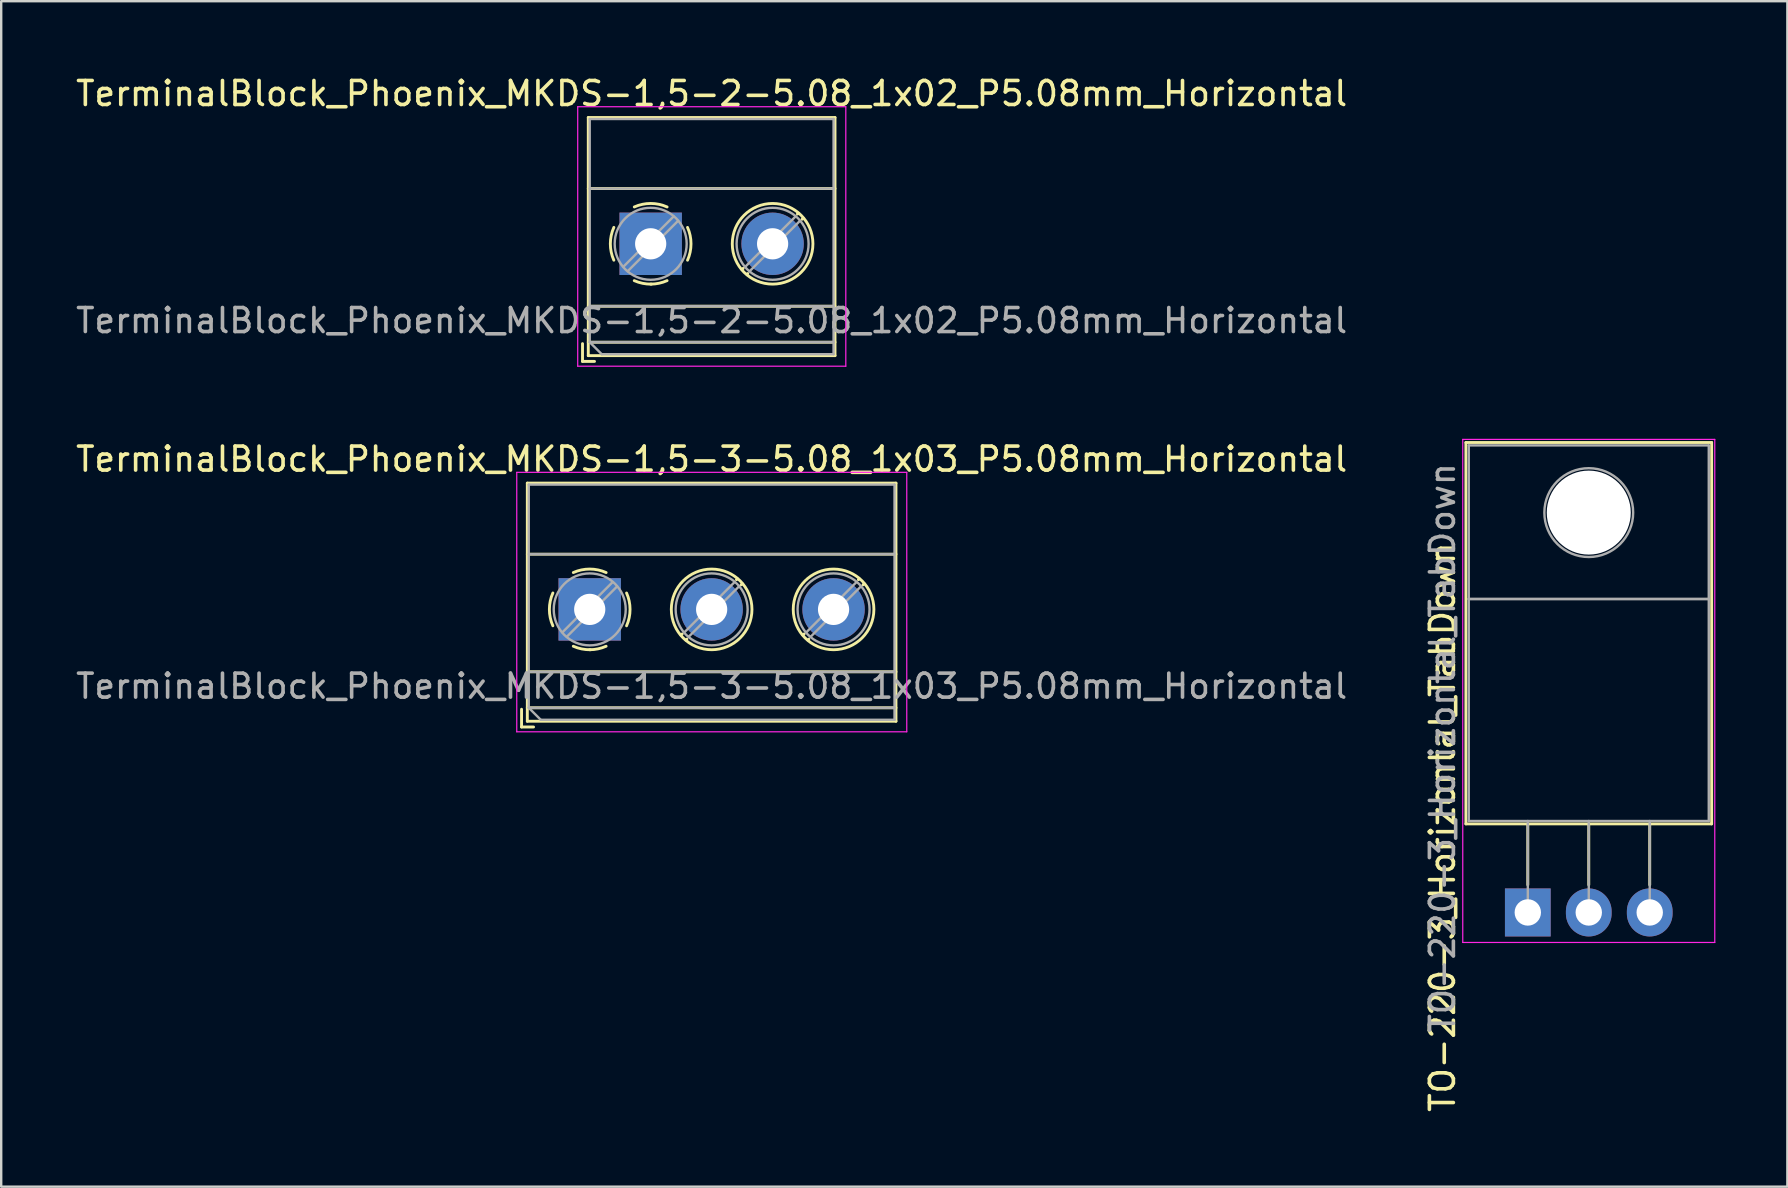
<source format=kicad_pcb>
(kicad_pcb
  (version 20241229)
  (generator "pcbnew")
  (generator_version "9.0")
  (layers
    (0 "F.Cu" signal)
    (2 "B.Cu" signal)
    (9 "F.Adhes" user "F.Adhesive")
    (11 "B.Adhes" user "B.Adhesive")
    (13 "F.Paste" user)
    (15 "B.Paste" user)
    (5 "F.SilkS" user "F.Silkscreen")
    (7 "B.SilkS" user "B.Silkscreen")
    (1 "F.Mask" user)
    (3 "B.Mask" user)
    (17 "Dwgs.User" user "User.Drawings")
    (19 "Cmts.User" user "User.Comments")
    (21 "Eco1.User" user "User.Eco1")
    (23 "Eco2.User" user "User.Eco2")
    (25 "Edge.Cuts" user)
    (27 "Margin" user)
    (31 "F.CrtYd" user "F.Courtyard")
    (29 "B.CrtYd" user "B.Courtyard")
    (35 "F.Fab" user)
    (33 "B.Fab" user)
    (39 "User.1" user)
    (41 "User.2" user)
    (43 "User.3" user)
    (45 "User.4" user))
  (footprint "TerminalBlock_Phoenix_MKDS-1,5-2-5.08_1x02_P5.08mm_Horizontal"
    (layer "F.Cu")
    (at 24.061 7.108)
    (property "Reference" "TerminalBlock_Phoenix_MKDS-1,5-2-5.08_1x02_P5.08mm_Horizontal" (at 2.54 -6.26 0) (layer "F.SilkS") (effects (font (size 1 1) (thickness 0.15))))
    (attr through_hole)
    (fp_line (start -2.84 4.16) (end -2.84 4.9) (stroke (width 0.12) (type solid)) (layer "F.SilkS"))
    (fp_line (start -2.84 4.9) (end -2.34 4.9) (stroke (width 0.12) (type solid)) (layer "F.SilkS"))
    (fp_line (start -2.6 -5.261) (end -2.6 4.66) (stroke (width 0.12) (type solid)) (layer "F.SilkS"))
    (fp_line (start -2.6 -5.261) (end 7.68 -5.261) (stroke (width 0.12) (type solid)) (layer "F.SilkS"))
    (fp_line (start -2.6 -2.301) (end 7.68 -2.301) (stroke (width 0.12) (type solid)) (layer "F.SilkS"))
    (fp_line (start -2.6 2.6) (end 7.68 2.6) (stroke (width 0.12) (type solid)) (layer "F.SilkS"))
    (fp_line (start -2.6 4.1) (end 7.68 4.1) (stroke (width 0.12) (type solid)) (layer "F.SilkS"))
    (fp_line (start -2.6 4.66) (end 7.68 4.66) (stroke (width 0.12) (type solid)) (layer "F.SilkS"))
    (fp_line (start 3.853 1.023) (end 3.806 1.069) (stroke (width 0.12) (type solid)) (layer "F.SilkS"))
    (fp_line (start 4.046 1.239) (end 4.011 1.274) (stroke (width 0.12) (type solid)) (layer "F.SilkS"))
    (fp_line (start 6.15 -1.275) (end 6.115 -1.239) (stroke (width 0.12) (type solid)) (layer "F.SilkS"))
    (fp_line (start 6.355 -1.069) (end 6.308 -1.023) (stroke (width 0.12) (type solid)) (layer "F.SilkS"))
    (fp_line (start 7.68 -5.261) (end 7.68 4.66) (stroke (width 0.12) (type solid)) (layer "F.SilkS"))
    (fp_arc (start -1.535427 0.683042) (mid -1.680501 -0.000524) (end -1.535 -0.684) (stroke (width 0.12) (type solid)) (layer "F.SilkS"))
    (fp_arc (start -0.683042 -1.535427) (mid 0.000524 -1.680501) (end 0.684 -1.535) (stroke (width 0.12) (type solid)) (layer "F.SilkS"))
    (fp_arc (start 0.028805 1.680253) (mid -0.335551 1.646659) (end -0.684 1.535) (stroke (width 0.12) (type solid)) (layer "F.SilkS"))
    (fp_arc (start 0.683318 1.534756) (mid 0.349292 1.643288) (end 0 1.68) (stroke (width 0.12) (type solid)) (layer "F.SilkS"))
    (fp_arc (start 1.535427 -0.683042) (mid 1.680501 0.000524) (end 1.535 0.684) (stroke (width 0.12) (type solid)) (layer "F.SilkS"))
    (fp_circle (center 5.08 0) (end 6.76 0) (stroke (width 0.12) (type solid)) (fill no) (layer "F.SilkS"))
    (fp_line (start -3.04 -5.71) (end -3.04 5.1) (stroke (width 0.05) (type solid)) (layer "F.CrtYd"))
    (fp_line (start -3.04 5.1) (end 8.13 5.1) (stroke (width 0.05) (type solid)) (layer "F.CrtYd"))
    (fp_line (start 8.13 -5.71) (end -3.04 -5.71) (stroke (width 0.05) (type solid)) (layer "F.CrtYd"))
    (fp_line (start 8.13 5.1) (end 8.13 -5.71) (stroke (width 0.05) (type solid)) (layer "F.CrtYd"))
    (fp_line (start -2.54 -5.2) (end 7.62 -5.2) (stroke (width 0.1) (type solid)) (layer "F.Fab"))
    (fp_line (start -2.54 -2.3) (end 7.62 -2.3) (stroke (width 0.1) (type solid)) (layer "F.Fab"))
    (fp_line (start -2.54 2.6) (end 7.62 2.6) (stroke (width 0.1) (type solid)) (layer "F.Fab"))
    (fp_line (start -2.54 4.1) (end -2.54 -5.2) (stroke (width 0.1) (type solid)) (layer "F.Fab"))
    (fp_line (start -2.54 4.1) (end 7.62 4.1) (stroke (width 0.1) (type solid)) (layer "F.Fab"))
    (fp_line (start -2.04 4.6) (end -2.54 4.1) (stroke (width 0.1) (type solid)) (layer "F.Fab"))
    (fp_line (start 0.955 -1.138) (end -1.138 0.955) (stroke (width 0.1) (type solid)) (layer "F.Fab"))
    (fp_line (start 1.138 -0.955) (end -0.955 1.138) (stroke (width 0.1) (type solid)) (layer "F.Fab"))
    (fp_line (start 6.035 -1.138) (end 3.943 0.955) (stroke (width 0.1) (type solid)) (layer "F.Fab"))
    (fp_line (start 6.218 -0.955) (end 4.126 1.138) (stroke (width 0.1) (type solid)) (layer "F.Fab"))
    (fp_line (start 7.62 -5.2) (end 7.62 4.6) (stroke (width 0.1) (type solid)) (layer "F.Fab"))
    (fp_line (start 7.62 4.6) (end -2.04 4.6) (stroke (width 0.1) (type solid)) (layer "F.Fab"))
    (fp_circle (center 0 0) (end 1.5 0) (stroke (width 0.1) (type solid)) (fill no) (layer "F.Fab"))
    (fp_circle (center 5.08 0) (end 6.58 0) (stroke (width 0.1) (type solid)) (fill no) (layer "F.Fab"))
    (fp_text user "${REFERENCE}" (at 2.54 3.2 0) (layer "F.Fab") (effects (font (size 1 1) (thickness 0.15))))
    (pad "1" thru_hole rect (at 0 0) (size 2.6 2.6) (drill 1.3) (layers "*.Cu" "*.Mask"))
    (pad "2" thru_hole circle (at 5.08 0) (size 2.6 2.6) (drill 1.3) (layers "*.Cu" "*.Mask")))
  (footprint "TO-220-3_Horizontal_TabDown"
    (layer "F.Cu")
    (at 60.607 34.968)
    (property "Reference" "TO-220-3_Horizontal_TabDown" (at -3.556 -3.556 90) (layer "F.SilkS") (effects (font (size 1 1) (thickness 0.15))))
    (attr through_hole)
    (fp_line (start -2.58 -19.58) (end -2.58 -3.69) (stroke (width 0.12) (type solid)) (layer "F.SilkS"))
    (fp_line (start -2.58 -19.58) (end 7.66 -19.58) (stroke (width 0.12) (type solid)) (layer "F.SilkS"))
    (fp_line (start -2.58 -3.69) (end 7.66 -3.69) (stroke (width 0.12) (type solid)) (layer "F.SilkS"))
    (fp_line (start 0 -3.69) (end 0 -1.15) (stroke (width 0.12) (type solid)) (layer "F.SilkS"))
    (fp_line (start 2.54 -3.69) (end 2.54 -1.15) (stroke (width 0.12) (type solid)) (layer "F.SilkS"))
    (fp_line (start 5.08 -3.69) (end 5.08 -1.15) (stroke (width 0.12) (type solid)) (layer "F.SilkS"))
    (fp_line (start 7.66 -19.58) (end 7.66 -3.69) (stroke (width 0.12) (type solid)) (layer "F.SilkS"))
    (fp_line (start -2.71 -19.71) (end -2.71 1.25) (stroke (width 0.05) (type solid)) (layer "F.CrtYd"))
    (fp_line (start -2.71 1.25) (end 7.79 1.25) (stroke (width 0.05) (type solid)) (layer "F.CrtYd"))
    (fp_line (start 7.79 -19.71) (end -2.71 -19.71) (stroke (width 0.05) (type solid)) (layer "F.CrtYd"))
    (fp_line (start 7.79 1.25) (end 7.79 -19.71) (stroke (width 0.05) (type solid)) (layer "F.CrtYd"))
    (fp_line (start -2.46 -19.46) (end 7.54 -19.46) (stroke (width 0.1) (type solid)) (layer "F.Fab"))
    (fp_line (start -2.46 -13.06) (end -2.46 -19.46) (stroke (width 0.1) (type solid)) (layer "F.Fab"))
    (fp_line (start -2.46 -13.06) (end 7.54 -13.06) (stroke (width 0.1) (type solid)) (layer "F.Fab"))
    (fp_line (start -2.46 -3.81) (end -2.46 -13.06) (stroke (width 0.1) (type solid)) (layer "F.Fab"))
    (fp_line (start 0 -3.81) (end 0 0) (stroke (width 0.1) (type solid)) (layer "F.Fab"))
    (fp_line (start 2.54 -3.81) (end 2.54 0) (stroke (width 0.1) (type solid)) (layer "F.Fab"))
    (fp_line (start 5.08 -3.81) (end 5.08 0) (stroke (width 0.1) (type solid)) (layer "F.Fab"))
    (fp_line (start 7.54 -19.46) (end 7.54 -13.06) (stroke (width 0.1) (type solid)) (layer "F.Fab"))
    (fp_line (start 7.54 -13.06) (end -2.46 -13.06) (stroke (width 0.1) (type solid)) (layer "F.Fab"))
    (fp_line (start 7.54 -13.06) (end 7.54 -3.81) (stroke (width 0.1) (type solid)) (layer "F.Fab"))
    (fp_line (start 7.54 -3.81) (end -2.46 -3.81) (stroke (width 0.1) (type solid)) (layer "F.Fab"))
    (fp_circle (center 2.54 -16.66) (end 4.39 -16.66) (stroke (width 0.1) (type solid)) (fill no) (layer "F.Fab"))
    (fp_text user "${REFERENCE}" (at -3.556 -6.858 90) (layer "F.Fab") (effects (font (size 1 1) (thickness 0.15))))
    (pad "" np_thru_hole circle (at 2.54 -16.66) (size 3.5 3.5) (drill 3.5) (layers "*.Cu" "*.Mask"))
    (pad "1" thru_hole rect (at 0 0) (size 1.905 2) (drill 1.1) (layers "*.Cu" "*.Mask"))
    (pad "2" thru_hole oval (at 2.54 0) (size 1.905 2) (drill 1.1) (layers "*.Cu" "*.Mask"))
    (pad "3" thru_hole oval (at 5.08 0) (size 1.905 2) (drill 1.1) (layers "*.Cu" "*.Mask")))
  (footprint "TerminalBlock_Phoenix_MKDS-1,5-3-5.08_1x03_P5.08mm_Horizontal"
    (layer "F.Cu")
    (at 21.521 22.341)
    (property "Reference" "TerminalBlock_Phoenix_MKDS-1,5-3-5.08_1x03_P5.08mm_Horizontal" (at 5.08 -6.26 0) (layer "F.SilkS") (effects (font (size 1 1) (thickness 0.15))))
    (attr through_hole)
    (fp_line (start -2.84 4.16) (end -2.84 4.9) (stroke (width 0.12) (type solid)) (layer "F.SilkS"))
    (fp_line (start -2.84 4.9) (end -2.34 4.9) (stroke (width 0.12) (type solid)) (layer "F.SilkS"))
    (fp_line (start -2.6 -5.261) (end -2.6 4.66) (stroke (width 0.12) (type solid)) (layer "F.SilkS"))
    (fp_line (start -2.6 -5.261) (end 12.76 -5.261) (stroke (width 0.12) (type solid)) (layer "F.SilkS"))
    (fp_line (start -2.6 -2.301) (end 12.76 -2.301) (stroke (width 0.12) (type solid)) (layer "F.SilkS"))
    (fp_line (start -2.6 2.6) (end 12.76 2.6) (stroke (width 0.12) (type solid)) (layer "F.SilkS"))
    (fp_line (start -2.6 4.1) (end 12.76 4.1) (stroke (width 0.12) (type solid)) (layer "F.SilkS"))
    (fp_line (start -2.6 4.66) (end 12.76 4.66) (stroke (width 0.12) (type solid)) (layer "F.SilkS"))
    (fp_line (start 3.853 1.023) (end 3.806 1.069) (stroke (width 0.12) (type solid)) (layer "F.SilkS"))
    (fp_line (start 4.046 1.239) (end 4.011 1.274) (stroke (width 0.12) (type solid)) (layer "F.SilkS"))
    (fp_line (start 6.15 -1.275) (end 6.115 -1.239) (stroke (width 0.12) (type solid)) (layer "F.SilkS"))
    (fp_line (start 6.355 -1.069) (end 6.308 -1.023) (stroke (width 0.12) (type solid)) (layer "F.SilkS"))
    (fp_line (start 8.933 1.023) (end 8.886 1.069) (stroke (width 0.12) (type solid)) (layer "F.SilkS"))
    (fp_line (start 9.126 1.239) (end 9.091 1.274) (stroke (width 0.12) (type solid)) (layer "F.SilkS"))
    (fp_line (start 11.23 -1.275) (end 11.195 -1.239) (stroke (width 0.12) (type solid)) (layer "F.SilkS"))
    (fp_line (start 11.435 -1.069) (end 11.388 -1.023) (stroke (width 0.12) (type solid)) (layer "F.SilkS"))
    (fp_line (start 12.76 -5.261) (end 12.76 4.66) (stroke (width 0.12) (type solid)) (layer "F.SilkS"))
    (fp_arc (start -1.535427 0.683042) (mid -1.680501 -0.000524) (end -1.535 -0.684) (stroke (width 0.12) (type solid)) (layer "F.SilkS"))
    (fp_arc (start -0.683042 -1.535427) (mid 0.000524 -1.680501) (end 0.684 -1.535) (stroke (width 0.12) (type solid)) (layer "F.SilkS"))
    (fp_arc (start 0.028805 1.680253) (mid -0.335551 1.646659) (end -0.684 1.535) (stroke (width 0.12) (type solid)) (layer "F.SilkS"))
    (fp_arc (start 0.683318 1.534756) (mid 0.349292 1.643288) (end 0 1.68) (stroke (width 0.12) (type solid)) (layer "F.SilkS"))
    (fp_arc (start 1.535427 -0.683042) (mid 1.680501 0.000524) (end 1.535 0.684) (stroke (width 0.12) (type solid)) (layer "F.SilkS"))
    (fp_circle (center 5.08 0) (end 6.76 0) (stroke (width 0.12) (type solid)) (fill no) (layer "F.SilkS"))
    (fp_circle (center 10.16 0) (end 11.84 0) (stroke (width 0.12) (type solid)) (fill no) (layer "F.SilkS"))
    (fp_line (start -3.04 -5.71) (end -3.04 5.1) (stroke (width 0.05) (type solid)) (layer "F.CrtYd"))
    (fp_line (start -3.04 5.1) (end 13.21 5.1) (stroke (width 0.05) (type solid)) (layer "F.CrtYd"))
    (fp_line (start 13.21 -5.71) (end -3.04 -5.71) (stroke (width 0.05) (type solid)) (layer "F.CrtYd"))
    (fp_line (start 13.21 5.1) (end 13.21 -5.71) (stroke (width 0.05) (type solid)) (layer "F.CrtYd"))
    (fp_line (start -2.54 -5.2) (end 12.7 -5.2) (stroke (width 0.1) (type solid)) (layer "F.Fab"))
    (fp_line (start -2.54 -2.3) (end 12.7 -2.3) (stroke (width 0.1) (type solid)) (layer "F.Fab"))
    (fp_line (start -2.54 2.6) (end 12.7 2.6) (stroke (width 0.1) (type solid)) (layer "F.Fab"))
    (fp_line (start -2.54 4.1) (end -2.54 -5.2) (stroke (width 0.1) (type solid)) (layer "F.Fab"))
    (fp_line (start -2.54 4.1) (end 12.7 4.1) (stroke (width 0.1) (type solid)) (layer "F.Fab"))
    (fp_line (start -2.04 4.6) (end -2.54 4.1) (stroke (width 0.1) (type solid)) (layer "F.Fab"))
    (fp_line (start 0.955 -1.138) (end -1.138 0.955) (stroke (width 0.1) (type solid)) (layer "F.Fab"))
    (fp_line (start 1.138 -0.955) (end -0.955 1.138) (stroke (width 0.1) (type solid)) (layer "F.Fab"))
    (fp_line (start 6.035 -1.138) (end 3.943 0.955) (stroke (width 0.1) (type solid)) (layer "F.Fab"))
    (fp_line (start 6.218 -0.955) (end 4.126 1.138) (stroke (width 0.1) (type solid)) (layer "F.Fab"))
    (fp_line (start 11.115 -1.138) (end 9.023 0.955) (stroke (width 0.1) (type solid)) (layer "F.Fab"))
    (fp_line (start 11.298 -0.955) (end 9.206 1.138) (stroke (width 0.1) (type solid)) (layer "F.Fab"))
    (fp_line (start 12.7 -5.2) (end 12.7 4.6) (stroke (width 0.1) (type solid)) (layer "F.Fab"))
    (fp_line (start 12.7 4.6) (end -2.04 4.6) (stroke (width 0.1) (type solid)) (layer "F.Fab"))
    (fp_circle (center 0 0) (end 1.5 0) (stroke (width 0.1) (type solid)) (fill no) (layer "F.Fab"))
    (fp_circle (center 5.08 0) (end 6.58 0) (stroke (width 0.1) (type solid)) (fill no) (layer "F.Fab"))
    (fp_circle (center 10.16 0) (end 11.66 0) (stroke (width 0.1) (type solid)) (fill no) (layer "F.Fab"))
    (fp_text user "${REFERENCE}" (at 5.08 3.2 0) (layer "F.Fab") (effects (font (size 1 1) (thickness 0.15))))
    (pad "1" thru_hole rect (at 0 0) (size 2.6 2.6) (drill 1.3) (layers "*.Cu" "*.Mask"))
    (pad "2" thru_hole circle (at 5.08 0) (size 2.6 2.6) (drill 1.3) (layers "*.Cu" "*.Mask"))
    (pad "3" thru_hole circle (at 10.16 0) (size 2.6 2.6) (drill 1.3) (layers "*.Cu" "*.Mask")))
  (gr_rect
    (start -3 -3)
    (end 71.422 46.394)
    (stroke (width 0.1) (type default))
    (fill no)
    (layer "Edge.Cuts")))
</source>
